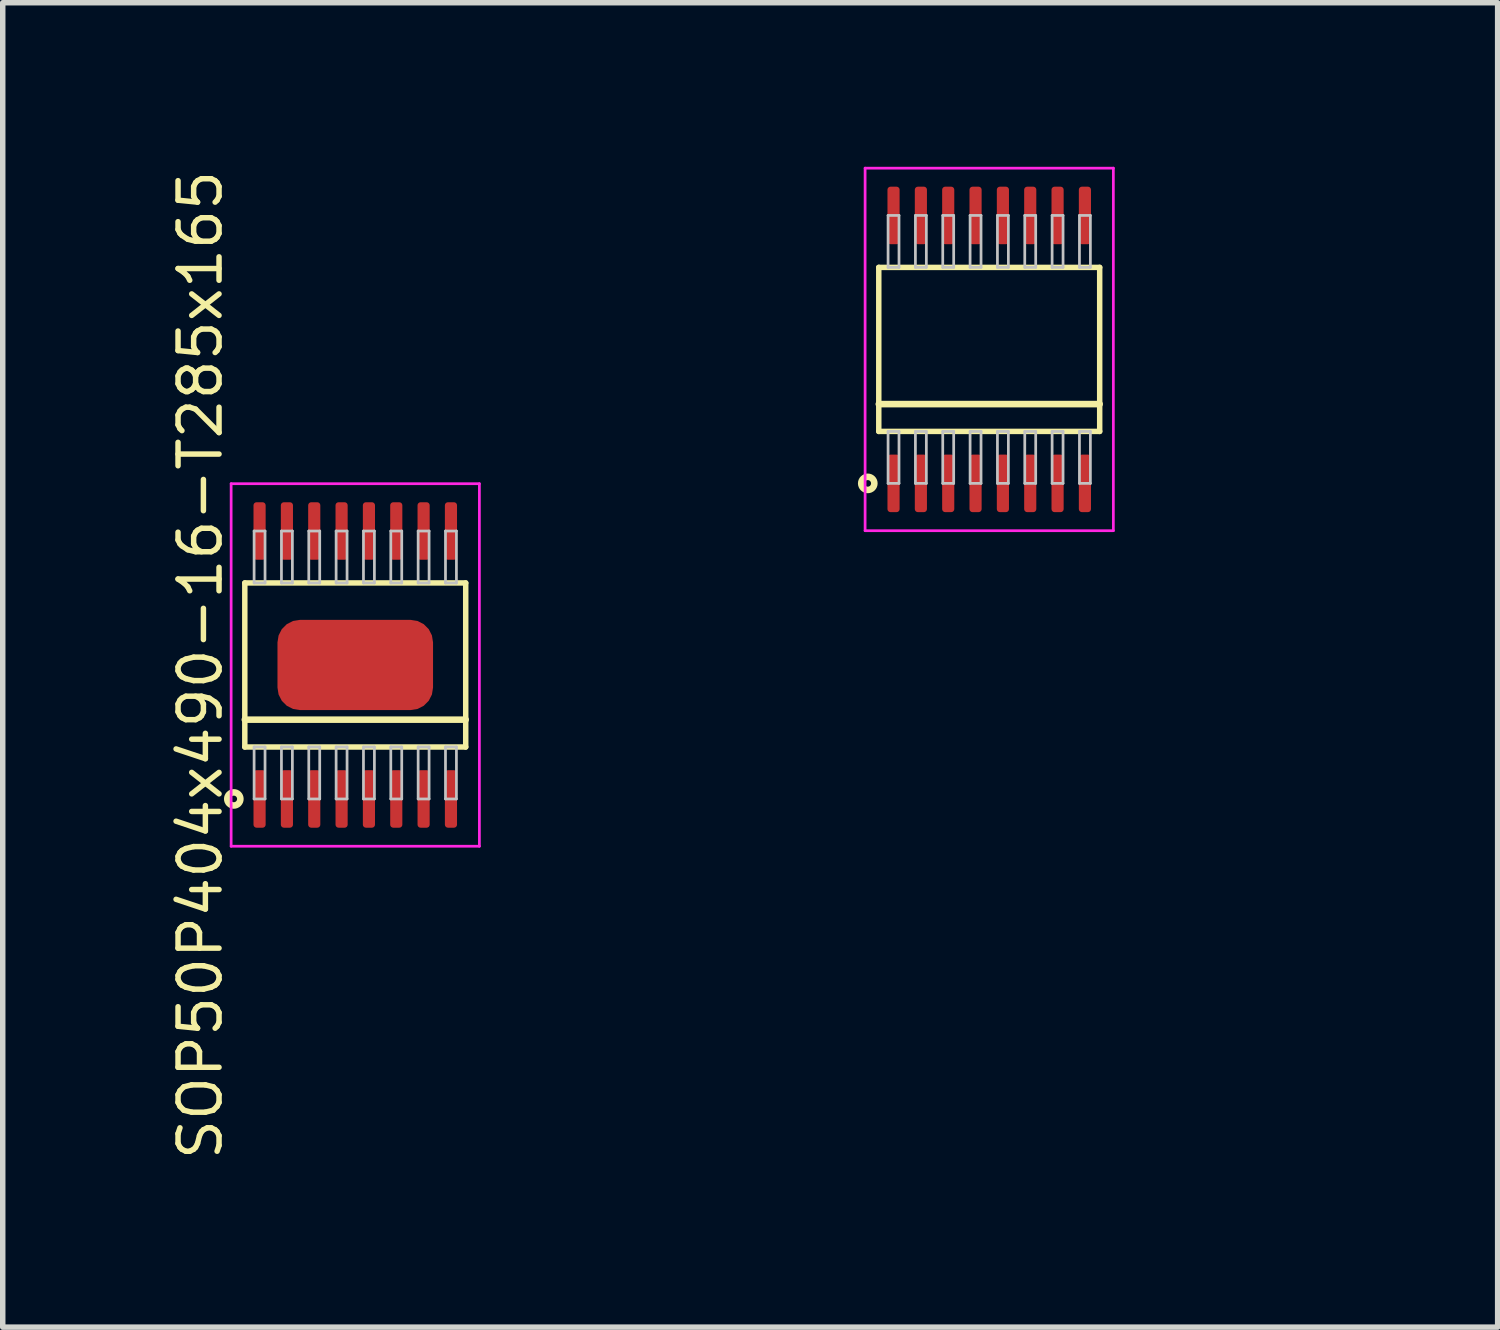
<source format=kicad_pcb>
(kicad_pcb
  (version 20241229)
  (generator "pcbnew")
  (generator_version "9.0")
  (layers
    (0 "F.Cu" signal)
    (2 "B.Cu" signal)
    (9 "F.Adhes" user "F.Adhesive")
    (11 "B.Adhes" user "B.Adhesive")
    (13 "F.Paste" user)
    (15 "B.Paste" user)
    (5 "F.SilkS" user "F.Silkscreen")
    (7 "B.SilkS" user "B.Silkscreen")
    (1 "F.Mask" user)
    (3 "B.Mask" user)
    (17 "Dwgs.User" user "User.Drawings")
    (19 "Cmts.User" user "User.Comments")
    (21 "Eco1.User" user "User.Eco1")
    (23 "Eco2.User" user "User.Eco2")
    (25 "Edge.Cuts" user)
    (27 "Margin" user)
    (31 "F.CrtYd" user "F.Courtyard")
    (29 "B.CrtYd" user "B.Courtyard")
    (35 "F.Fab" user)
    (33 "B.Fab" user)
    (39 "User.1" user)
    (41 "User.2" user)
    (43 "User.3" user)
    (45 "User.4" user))
  (footprint "SOP50P404x490-16"
    (layer "F.Cu")
    (at 15.041 3.34)
    (property "Reference" "SOP50P404x490-16" (at 0 0 0) (layer "User.1") (effects (font (size 0.8 0.8) (thickness 0.1))))
    (attr through_hole)
    (fp_line (start -2.02 -1.5) (end -2.02 1.5) (stroke (width 0.1) (type solid)) (layer "F.SilkS"))
    (fp_line (start -2.02 1) (end 2.02 1) (stroke (width 0.12) (type solid)) (layer "F.SilkS"))
    (fp_line (start -2.02 1.5) (end 2.02 1.5) (stroke (width 0.1) (type solid)) (layer "F.SilkS"))
    (fp_line (start 2.02 -1.5) (end -2.02 -1.5) (stroke (width 0.1) (type solid)) (layer "F.SilkS"))
    (fp_line (start 2.02 1.5) (end 2.02 -1.5) (stroke (width 0.1) (type solid)) (layer "F.SilkS"))
    (fp_circle (center -2.221 2.45) (end -2.101 2.45) (stroke (width 0.12) (type solid)) (fill no) (layer "F.SilkS"))
    (fp_line (start -1.85 -2.45) (end -1.85 -1.5) (stroke (width 0.05) (type solid)) (layer "Dwgs.User"))
    (fp_line (start -1.85 -1.5) (end -1.65 -1.5) (stroke (width 0.05) (type solid)) (layer "Dwgs.User"))
    (fp_line (start -1.85 1.5) (end -1.65 1.5) (stroke (width 0.05) (type solid)) (layer "Dwgs.User"))
    (fp_line (start -1.85 2.45) (end -1.85 1.5) (stroke (width 0.05) (type solid)) (layer "Dwgs.User"))
    (fp_line (start -1.65 -2.45) (end -1.85 -2.45) (stroke (width 0.05) (type solid)) (layer "Dwgs.User"))
    (fp_line (start -1.65 -1.5) (end -1.65 -2.45) (stroke (width 0.05) (type solid)) (layer "Dwgs.User"))
    (fp_line (start -1.65 1.5) (end -1.65 2.45) (stroke (width 0.05) (type solid)) (layer "Dwgs.User"))
    (fp_line (start -1.65 2.45) (end -1.85 2.45) (stroke (width 0.05) (type solid)) (layer "Dwgs.User"))
    (fp_line (start -1.35 -2.45) (end -1.35 -1.5) (stroke (width 0.05) (type solid)) (layer "Dwgs.User"))
    (fp_line (start -1.35 -1.5) (end -1.15 -1.5) (stroke (width 0.05) (type solid)) (layer "Dwgs.User"))
    (fp_line (start -1.35 1.5) (end -1.15 1.5) (stroke (width 0.05) (type solid)) (layer "Dwgs.User"))
    (fp_line (start -1.35 2.45) (end -1.35 1.5) (stroke (width 0.05) (type solid)) (layer "Dwgs.User"))
    (fp_line (start -1.15 -2.45) (end -1.35 -2.45) (stroke (width 0.05) (type solid)) (layer "Dwgs.User"))
    (fp_line (start -1.15 -1.5) (end -1.15 -2.45) (stroke (width 0.05) (type solid)) (layer "Dwgs.User"))
    (fp_line (start -1.15 1.5) (end -1.15 2.45) (stroke (width 0.05) (type solid)) (layer "Dwgs.User"))
    (fp_line (start -1.15 2.45) (end -1.35 2.45) (stroke (width 0.05) (type solid)) (layer "Dwgs.User"))
    (fp_line (start -0.85 -2.45) (end -0.85 -1.5) (stroke (width 0.05) (type solid)) (layer "Dwgs.User"))
    (fp_line (start -0.85 -1.5) (end -0.65 -1.5) (stroke (width 0.05) (type solid)) (layer "Dwgs.User"))
    (fp_line (start -0.85 1.5) (end -0.65 1.5) (stroke (width 0.05) (type solid)) (layer "Dwgs.User"))
    (fp_line (start -0.85 2.45) (end -0.85 1.5) (stroke (width 0.05) (type solid)) (layer "Dwgs.User"))
    (fp_line (start -0.65 -2.45) (end -0.85 -2.45) (stroke (width 0.05) (type solid)) (layer "Dwgs.User"))
    (fp_line (start -0.65 -1.5) (end -0.65 -2.45) (stroke (width 0.05) (type solid)) (layer "Dwgs.User"))
    (fp_line (start -0.65 1.5) (end -0.65 2.45) (stroke (width 0.05) (type solid)) (layer "Dwgs.User"))
    (fp_line (start -0.65 2.45) (end -0.85 2.45) (stroke (width 0.05) (type solid)) (layer "Dwgs.User"))
    (fp_line (start -0.35 -2.45) (end -0.35 -1.5) (stroke (width 0.05) (type solid)) (layer "Dwgs.User"))
    (fp_line (start -0.35 -1.5) (end -0.15 -1.5) (stroke (width 0.05) (type solid)) (layer "Dwgs.User"))
    (fp_line (start -0.35 1.5) (end -0.15 1.5) (stroke (width 0.05) (type solid)) (layer "Dwgs.User"))
    (fp_line (start -0.35 2.45) (end -0.35 1.5) (stroke (width 0.05) (type solid)) (layer "Dwgs.User"))
    (fp_line (start -0.15 -2.45) (end -0.35 -2.45) (stroke (width 0.05) (type solid)) (layer "Dwgs.User"))
    (fp_line (start -0.15 -1.5) (end -0.15 -2.45) (stroke (width 0.05) (type solid)) (layer "Dwgs.User"))
    (fp_line (start -0.15 1.5) (end -0.15 2.45) (stroke (width 0.05) (type solid)) (layer "Dwgs.User"))
    (fp_line (start -0.15 2.45) (end -0.35 2.45) (stroke (width 0.05) (type solid)) (layer "Dwgs.User"))
    (fp_line (start 0.15 -2.45) (end 0.15 -1.5) (stroke (width 0.05) (type solid)) (layer "Dwgs.User"))
    (fp_line (start 0.15 -1.5) (end 0.35 -1.5) (stroke (width 0.05) (type solid)) (layer "Dwgs.User"))
    (fp_line (start 0.15 1.5) (end 0.35 1.5) (stroke (width 0.05) (type solid)) (layer "Dwgs.User"))
    (fp_line (start 0.15 2.45) (end 0.15 1.5) (stroke (width 0.05) (type solid)) (layer "Dwgs.User"))
    (fp_line (start 0.35 -2.45) (end 0.15 -2.45) (stroke (width 0.05) (type solid)) (layer "Dwgs.User"))
    (fp_line (start 0.35 -1.5) (end 0.35 -2.45) (stroke (width 0.05) (type solid)) (layer "Dwgs.User"))
    (fp_line (start 0.35 1.5) (end 0.35 2.45) (stroke (width 0.05) (type solid)) (layer "Dwgs.User"))
    (fp_line (start 0.35 2.45) (end 0.15 2.45) (stroke (width 0.05) (type solid)) (layer "Dwgs.User"))
    (fp_line (start 0.65 -2.45) (end 0.65 -1.5) (stroke (width 0.05) (type solid)) (layer "Dwgs.User"))
    (fp_line (start 0.65 -1.5) (end 0.85 -1.5) (stroke (width 0.05) (type solid)) (layer "Dwgs.User"))
    (fp_line (start 0.65 1.5) (end 0.85 1.5) (stroke (width 0.05) (type solid)) (layer "Dwgs.User"))
    (fp_line (start 0.65 2.45) (end 0.65 1.5) (stroke (width 0.05) (type solid)) (layer "Dwgs.User"))
    (fp_line (start 0.85 -2.45) (end 0.65 -2.45) (stroke (width 0.05) (type solid)) (layer "Dwgs.User"))
    (fp_line (start 0.85 -1.5) (end 0.85 -2.45) (stroke (width 0.05) (type solid)) (layer "Dwgs.User"))
    (fp_line (start 0.85 1.5) (end 0.85 2.45) (stroke (width 0.05) (type solid)) (layer "Dwgs.User"))
    (fp_line (start 0.85 2.45) (end 0.65 2.45) (stroke (width 0.05) (type solid)) (layer "Dwgs.User"))
    (fp_line (start 1.15 -2.45) (end 1.15 -1.5) (stroke (width 0.05) (type solid)) (layer "Dwgs.User"))
    (fp_line (start 1.15 -1.5) (end 1.35 -1.5) (stroke (width 0.05) (type solid)) (layer "Dwgs.User"))
    (fp_line (start 1.15 1.5) (end 1.35 1.5) (stroke (width 0.05) (type solid)) (layer "Dwgs.User"))
    (fp_line (start 1.15 2.45) (end 1.15 1.5) (stroke (width 0.05) (type solid)) (layer "Dwgs.User"))
    (fp_line (start 1.35 -2.45) (end 1.15 -2.45) (stroke (width 0.05) (type solid)) (layer "Dwgs.User"))
    (fp_line (start 1.35 -1.5) (end 1.35 -2.45) (stroke (width 0.05) (type solid)) (layer "Dwgs.User"))
    (fp_line (start 1.35 1.5) (end 1.35 2.45) (stroke (width 0.05) (type solid)) (layer "Dwgs.User"))
    (fp_line (start 1.35 2.45) (end 1.15 2.45) (stroke (width 0.05) (type solid)) (layer "Dwgs.User"))
    (fp_line (start 1.65 -2.45) (end 1.65 -1.5) (stroke (width 0.05) (type solid)) (layer "Dwgs.User"))
    (fp_line (start 1.65 -1.5) (end 1.85 -1.5) (stroke (width 0.05) (type solid)) (layer "Dwgs.User"))
    (fp_line (start 1.65 1.5) (end 1.85 1.5) (stroke (width 0.05) (type solid)) (layer "Dwgs.User"))
    (fp_line (start 1.65 2.45) (end 1.65 1.5) (stroke (width 0.05) (type solid)) (layer "Dwgs.User"))
    (fp_line (start 1.85 -2.45) (end 1.65 -2.45) (stroke (width 0.05) (type solid)) (layer "Dwgs.User"))
    (fp_line (start 1.85 -1.5) (end 1.85 -2.45) (stroke (width 0.05) (type solid)) (layer "Dwgs.User"))
    (fp_line (start 1.85 1.5) (end 1.85 2.45) (stroke (width 0.05) (type solid)) (layer "Dwgs.User"))
    (fp_line (start 1.85 2.45) (end 1.65 2.45) (stroke (width 0.05) (type solid)) (layer "Dwgs.User"))
    (fp_line (start -2.27 -3.315) (end -2.27 3.315) (stroke (width 0.05) (type solid)) (layer "F.CrtYd"))
    (fp_line (start -2.27 3.315) (end 2.27 3.315) (stroke (width 0.05) (type solid)) (layer "F.CrtYd"))
    (fp_line (start 2.27 -3.315) (end -2.27 -3.315) (stroke (width 0.05) (type solid)) (layer "F.CrtYd"))
    (fp_line (start 2.27 3.315) (end 2.27 -3.315) (stroke (width 0.05) (type solid)) (layer "F.CrtYd"))
    (pad "1" smd roundrect (at -1.75 2.45) (size 0.222 1.052) (layers "F.Cu" "F.Mask" "F.Paste") (roundrect_rratio 0.25))
    (pad "2" smd roundrect (at -1.25 2.45) (size 0.222 1.052) (layers "F.Cu" "F.Mask" "F.Paste") (roundrect_rratio 0.25))
    (pad "3" smd roundrect (at -0.75 2.45) (size 0.222 1.052) (layers "F.Cu" "F.Mask" "F.Paste") (roundrect_rratio 0.25))
    (pad "4" smd roundrect (at -0.25 2.45) (size 0.222 1.052) (layers "F.Cu" "F.Mask" "F.Paste") (roundrect_rratio 0.25))
    (pad "5" smd roundrect (at 0.25 2.45) (size 0.222 1.052) (layers "F.Cu" "F.Mask" "F.Paste") (roundrect_rratio 0.25))
    (pad "6" smd roundrect (at 0.75 2.45) (size 0.222 1.052) (layers "F.Cu" "F.Mask" "F.Paste") (roundrect_rratio 0.25))
    (pad "7" smd roundrect (at 1.25 2.45) (size 0.222 1.052) (layers "F.Cu" "F.Mask" "F.Paste") (roundrect_rratio 0.25))
    (pad "8" smd roundrect (at 1.75 2.45) (size 0.222 1.052) (layers "F.Cu" "F.Mask" "F.Paste") (roundrect_rratio 0.25))
    (pad "9" smd roundrect (at 1.75 -2.45) (size 0.222 1.052) (layers "F.Cu" "F.Mask" "F.Paste") (roundrect_rratio 0.25))
    (pad "10" smd roundrect (at 1.25 -2.45) (size 0.222 1.052) (layers "F.Cu" "F.Mask" "F.Paste") (roundrect_rratio 0.25))
    (pad "11" smd roundrect (at 0.75 -2.45) (size 0.222 1.052) (layers "F.Cu" "F.Mask" "F.Paste") (roundrect_rratio 0.25))
    (pad "12" smd roundrect (at 0.25 -2.45) (size 0.222 1.052) (layers "F.Cu" "F.Mask" "F.Paste") (roundrect_rratio 0.25))
    (pad "13" smd roundrect (at -0.25 -2.45) (size 0.222 1.052) (layers "F.Cu" "F.Mask" "F.Paste") (roundrect_rratio 0.25))
    (pad "14" smd roundrect (at -0.75 -2.45) (size 0.222 1.052) (layers "F.Cu" "F.Mask" "F.Paste") (roundrect_rratio 0.25))
    (pad "15" smd roundrect (at -1.25 -2.45) (size 0.222 1.052) (layers "F.Cu" "F.Mask" "F.Paste") (roundrect_rratio 0.25))
    (pad "16" smd roundrect (at -1.75 -2.45) (size 0.222 1.052) (layers "F.Cu" "F.Mask" "F.Paste") (roundrect_rratio 0.25)))
  (footprint "SOP50P404x490-16-T285x165"
    (layer "F.Cu")
    (at 3.447 9.111)
    (property "Reference" "SOP50P404x490-16-T285x165" (at -2.833 0 90) (layer "F.SilkS") (effects (font (size 0.75 0.75) (thickness 0.1))))
    (attr through_hole)
    (fp_line (start -2.02 -1.5) (end -2.02 1.5) (stroke (width 0.1) (type solid)) (layer "F.SilkS"))
    (fp_line (start -2.02 1) (end 2.02 1) (stroke (width 0.12) (type solid)) (layer "F.SilkS"))
    (fp_line (start -2.02 1.5) (end 2.02 1.5) (stroke (width 0.1) (type solid)) (layer "F.SilkS"))
    (fp_line (start 2.02 -1.5) (end -2.02 -1.5) (stroke (width 0.1) (type solid)) (layer "F.SilkS"))
    (fp_line (start 2.02 1.5) (end 2.02 -1.5) (stroke (width 0.1) (type solid)) (layer "F.SilkS"))
    (fp_circle (center -2.221 2.45) (end -2.101 2.45) (stroke (width 0.12) (type solid)) (fill no) (layer "F.SilkS"))
    (fp_line (start -1.85 -2.45) (end -1.85 -1.5) (stroke (width 0.05) (type solid)) (layer "Dwgs.User"))
    (fp_line (start -1.85 -1.5) (end -1.65 -1.5) (stroke (width 0.05) (type solid)) (layer "Dwgs.User"))
    (fp_line (start -1.85 1.5) (end -1.65 1.5) (stroke (width 0.05) (type solid)) (layer "Dwgs.User"))
    (fp_line (start -1.85 2.45) (end -1.85 1.5) (stroke (width 0.05) (type solid)) (layer "Dwgs.User"))
    (fp_line (start -1.65 -2.45) (end -1.85 -2.45) (stroke (width 0.05) (type solid)) (layer "Dwgs.User"))
    (fp_line (start -1.65 -1.5) (end -1.65 -2.45) (stroke (width 0.05) (type solid)) (layer "Dwgs.User"))
    (fp_line (start -1.65 1.5) (end -1.65 2.45) (stroke (width 0.05) (type solid)) (layer "Dwgs.User"))
    (fp_line (start -1.65 2.45) (end -1.85 2.45) (stroke (width 0.05) (type solid)) (layer "Dwgs.User"))
    (fp_line (start -1.35 -2.45) (end -1.35 -1.5) (stroke (width 0.05) (type solid)) (layer "Dwgs.User"))
    (fp_line (start -1.35 -1.5) (end -1.15 -1.5) (stroke (width 0.05) (type solid)) (layer "Dwgs.User"))
    (fp_line (start -1.35 1.5) (end -1.15 1.5) (stroke (width 0.05) (type solid)) (layer "Dwgs.User"))
    (fp_line (start -1.35 2.45) (end -1.35 1.5) (stroke (width 0.05) (type solid)) (layer "Dwgs.User"))
    (fp_line (start -1.15 -2.45) (end -1.35 -2.45) (stroke (width 0.05) (type solid)) (layer "Dwgs.User"))
    (fp_line (start -1.15 -1.5) (end -1.15 -2.45) (stroke (width 0.05) (type solid)) (layer "Dwgs.User"))
    (fp_line (start -1.15 1.5) (end -1.15 2.45) (stroke (width 0.05) (type solid)) (layer "Dwgs.User"))
    (fp_line (start -1.15 2.45) (end -1.35 2.45) (stroke (width 0.05) (type solid)) (layer "Dwgs.User"))
    (fp_line (start -0.85 -2.45) (end -0.85 -1.5) (stroke (width 0.05) (type solid)) (layer "Dwgs.User"))
    (fp_line (start -0.85 -1.5) (end -0.65 -1.5) (stroke (width 0.05) (type solid)) (layer "Dwgs.User"))
    (fp_line (start -0.85 1.5) (end -0.65 1.5) (stroke (width 0.05) (type solid)) (layer "Dwgs.User"))
    (fp_line (start -0.85 2.45) (end -0.85 1.5) (stroke (width 0.05) (type solid)) (layer "Dwgs.User"))
    (fp_line (start -0.65 -2.45) (end -0.85 -2.45) (stroke (width 0.05) (type solid)) (layer "Dwgs.User"))
    (fp_line (start -0.65 -1.5) (end -0.65 -2.45) (stroke (width 0.05) (type solid)) (layer "Dwgs.User"))
    (fp_line (start -0.65 1.5) (end -0.65 2.45) (stroke (width 0.05) (type solid)) (layer "Dwgs.User"))
    (fp_line (start -0.65 2.45) (end -0.85 2.45) (stroke (width 0.05) (type solid)) (layer "Dwgs.User"))
    (fp_line (start -0.35 -2.45) (end -0.35 -1.5) (stroke (width 0.05) (type solid)) (layer "Dwgs.User"))
    (fp_line (start -0.35 -1.5) (end -0.15 -1.5) (stroke (width 0.05) (type solid)) (layer "Dwgs.User"))
    (fp_line (start -0.35 1.5) (end -0.15 1.5) (stroke (width 0.05) (type solid)) (layer "Dwgs.User"))
    (fp_line (start -0.35 2.45) (end -0.35 1.5) (stroke (width 0.05) (type solid)) (layer "Dwgs.User"))
    (fp_line (start -0.15 -2.45) (end -0.35 -2.45) (stroke (width 0.05) (type solid)) (layer "Dwgs.User"))
    (fp_line (start -0.15 -1.5) (end -0.15 -2.45) (stroke (width 0.05) (type solid)) (layer "Dwgs.User"))
    (fp_line (start -0.15 1.5) (end -0.15 2.45) (stroke (width 0.05) (type solid)) (layer "Dwgs.User"))
    (fp_line (start -0.15 2.45) (end -0.35 2.45) (stroke (width 0.05) (type solid)) (layer "Dwgs.User"))
    (fp_line (start 0.15 -2.45) (end 0.15 -1.5) (stroke (width 0.05) (type solid)) (layer "Dwgs.User"))
    (fp_line (start 0.15 -1.5) (end 0.35 -1.5) (stroke (width 0.05) (type solid)) (layer "Dwgs.User"))
    (fp_line (start 0.15 1.5) (end 0.35 1.5) (stroke (width 0.05) (type solid)) (layer "Dwgs.User"))
    (fp_line (start 0.15 2.45) (end 0.15 1.5) (stroke (width 0.05) (type solid)) (layer "Dwgs.User"))
    (fp_line (start 0.35 -2.45) (end 0.15 -2.45) (stroke (width 0.05) (type solid)) (layer "Dwgs.User"))
    (fp_line (start 0.35 -1.5) (end 0.35 -2.45) (stroke (width 0.05) (type solid)) (layer "Dwgs.User"))
    (fp_line (start 0.35 1.5) (end 0.35 2.45) (stroke (width 0.05) (type solid)) (layer "Dwgs.User"))
    (fp_line (start 0.35 2.45) (end 0.15 2.45) (stroke (width 0.05) (type solid)) (layer "Dwgs.User"))
    (fp_line (start 0.65 -2.45) (end 0.65 -1.5) (stroke (width 0.05) (type solid)) (layer "Dwgs.User"))
    (fp_line (start 0.65 -1.5) (end 0.85 -1.5) (stroke (width 0.05) (type solid)) (layer "Dwgs.User"))
    (fp_line (start 0.65 1.5) (end 0.85 1.5) (stroke (width 0.05) (type solid)) (layer "Dwgs.User"))
    (fp_line (start 0.65 2.45) (end 0.65 1.5) (stroke (width 0.05) (type solid)) (layer "Dwgs.User"))
    (fp_line (start 0.85 -2.45) (end 0.65 -2.45) (stroke (width 0.05) (type solid)) (layer "Dwgs.User"))
    (fp_line (start 0.85 -1.5) (end 0.85 -2.45) (stroke (width 0.05) (type solid)) (layer "Dwgs.User"))
    (fp_line (start 0.85 1.5) (end 0.85 2.45) (stroke (width 0.05) (type solid)) (layer "Dwgs.User"))
    (fp_line (start 0.85 2.45) (end 0.65 2.45) (stroke (width 0.05) (type solid)) (layer "Dwgs.User"))
    (fp_line (start 1.15 -2.45) (end 1.15 -1.5) (stroke (width 0.05) (type solid)) (layer "Dwgs.User"))
    (fp_line (start 1.15 -1.5) (end 1.35 -1.5) (stroke (width 0.05) (type solid)) (layer "Dwgs.User"))
    (fp_line (start 1.15 1.5) (end 1.35 1.5) (stroke (width 0.05) (type solid)) (layer "Dwgs.User"))
    (fp_line (start 1.15 2.45) (end 1.15 1.5) (stroke (width 0.05) (type solid)) (layer "Dwgs.User"))
    (fp_line (start 1.35 -2.45) (end 1.15 -2.45) (stroke (width 0.05) (type solid)) (layer "Dwgs.User"))
    (fp_line (start 1.35 -1.5) (end 1.35 -2.45) (stroke (width 0.05) (type solid)) (layer "Dwgs.User"))
    (fp_line (start 1.35 1.5) (end 1.35 2.45) (stroke (width 0.05) (type solid)) (layer "Dwgs.User"))
    (fp_line (start 1.35 2.45) (end 1.15 2.45) (stroke (width 0.05) (type solid)) (layer "Dwgs.User"))
    (fp_line (start 1.65 -2.45) (end 1.65 -1.5) (stroke (width 0.05) (type solid)) (layer "Dwgs.User"))
    (fp_line (start 1.65 -1.5) (end 1.85 -1.5) (stroke (width 0.05) (type solid)) (layer "Dwgs.User"))
    (fp_line (start 1.65 1.5) (end 1.85 1.5) (stroke (width 0.05) (type solid)) (layer "Dwgs.User"))
    (fp_line (start 1.65 2.45) (end 1.65 1.5) (stroke (width 0.05) (type solid)) (layer "Dwgs.User"))
    (fp_line (start 1.85 -2.45) (end 1.65 -2.45) (stroke (width 0.05) (type solid)) (layer "Dwgs.User"))
    (fp_line (start 1.85 -1.5) (end 1.85 -2.45) (stroke (width 0.05) (type solid)) (layer "Dwgs.User"))
    (fp_line (start 1.85 1.5) (end 1.85 2.45) (stroke (width 0.05) (type solid)) (layer "Dwgs.User"))
    (fp_line (start 1.85 2.45) (end 1.65 2.45) (stroke (width 0.05) (type solid)) (layer "Dwgs.User"))
    (fp_line (start -2.27 -3.315) (end -2.27 3.315) (stroke (width 0.05) (type solid)) (layer "F.CrtYd"))
    (fp_line (start -2.27 3.315) (end 2.27 3.315) (stroke (width 0.05) (type solid)) (layer "F.CrtYd"))
    (fp_line (start 2.27 -3.315) (end -2.27 -3.315) (stroke (width 0.05) (type solid)) (layer "F.CrtYd"))
    (fp_line (start 2.27 3.315) (end 2.27 -3.315) (stroke (width 0.05) (type solid)) (layer "F.CrtYd"))
    (pad "1" smd roundrect (at -1.75 2.45) (size 0.222 1.052) (layers "F.Cu" "F.Mask" "F.Paste") (roundrect_rratio 0.25))
    (pad "2" smd roundrect (at -1.25 2.45) (size 0.222 1.052) (layers "F.Cu" "F.Mask" "F.Paste") (roundrect_rratio 0.25))
    (pad "3" smd roundrect (at -0.75 2.45) (size 0.222 1.052) (layers "F.Cu" "F.Mask" "F.Paste") (roundrect_rratio 0.25))
    (pad "4" smd roundrect (at -0.25 2.45) (size 0.222 1.052) (layers "F.Cu" "F.Mask" "F.Paste") (roundrect_rratio 0.25))
    (pad "5" smd roundrect (at 0.25 2.45) (size 0.222 1.052) (layers "F.Cu" "F.Mask" "F.Paste") (roundrect_rratio 0.25))
    (pad "6" smd roundrect (at 0.75 2.45) (size 0.222 1.052) (layers "F.Cu" "F.Mask" "F.Paste") (roundrect_rratio 0.25))
    (pad "7" smd roundrect (at 1.25 2.45) (size 0.222 1.052) (layers "F.Cu" "F.Mask" "F.Paste") (roundrect_rratio 0.25))
    (pad "8" smd roundrect (at 1.75 2.45) (size 0.222 1.052) (layers "F.Cu" "F.Mask" "F.Paste") (roundrect_rratio 0.25))
    (pad "9" smd roundrect (at 1.75 -2.45) (size 0.222 1.052) (layers "F.Cu" "F.Mask" "F.Paste") (roundrect_rratio 0.25))
    (pad "10" smd roundrect (at 1.25 -2.45) (size 0.222 1.052) (layers "F.Cu" "F.Mask" "F.Paste") (roundrect_rratio 0.25))
    (pad "11" smd roundrect (at 0.75 -2.45) (size 0.222 1.052) (layers "F.Cu" "F.Mask" "F.Paste") (roundrect_rratio 0.25))
    (pad "12" smd roundrect (at 0.25 -2.45) (size 0.222 1.052) (layers "F.Cu" "F.Mask" "F.Paste") (roundrect_rratio 0.25))
    (pad "13" smd roundrect (at -0.25 -2.45) (size 0.222 1.052) (layers "F.Cu" "F.Mask" "F.Paste") (roundrect_rratio 0.25))
    (pad "14" smd roundrect (at -0.75 -2.45) (size 0.222 1.052) (layers "F.Cu" "F.Mask" "F.Paste") (roundrect_rratio 0.25))
    (pad "15" smd roundrect (at -1.25 -2.45) (size 0.222 1.052) (layers "F.Cu" "F.Mask" "F.Paste") (roundrect_rratio 0.25))
    (pad "16" smd roundrect (at -1.75 -2.45) (size 0.222 1.052) (layers "F.Cu" "F.Mask" "F.Paste") (roundrect_rratio 0.25))
    (pad "EP" smd roundrect (at 0 0) (size 2.845 1.65) (layers "F.Cu" "F.Mask" "F.Paste") (roundrect_rratio 0.25)))
  (gr_rect
    (start -3 -3)
    (end 24.339 21.221)
    (stroke (width 0.1) (type default))
    (fill no)
    (layer "Edge.Cuts")))
</source>
